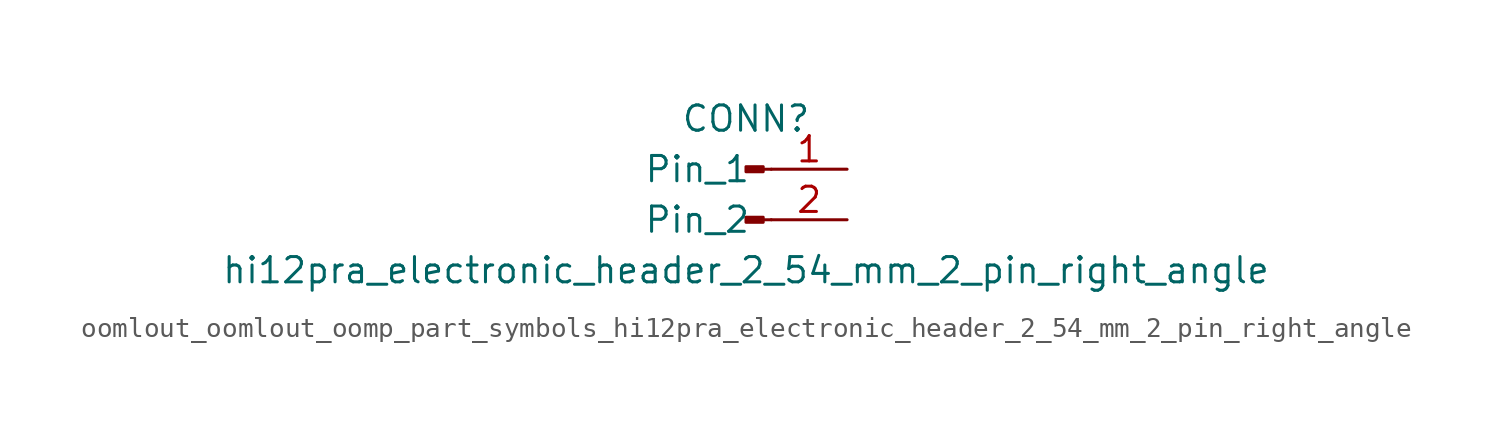
<source format=kicad_sym>
(kicad_symbol_lib
  (version 20220914)
  (generator kicad_symbol_editor)
  (symbol "oomlout_oomlout_oomp_part_symbols_hi12pra_electronic_header_2_54_mm_2_pin_right_angle"
    (pin_names
      (offset 1.016))
    (property "Reference" "CONN"
      (at 0 2.54 0)
      (effects (font (size 1.27 1.27))))
    (property "Value" "hi12pra_electronic_header_2_54_mm_2_pin_right_angle"
      (at 0 -5.08 0)
      (effects (font (size 1.27 1.27))))
    (property "ki_locked" ""
      (at 0 0 0)
      (effects (font (size 1.27 1.27))))
    (symbol "oomlout_oomlout_oomp_part_symbols_hi12pra_electronic_header_2_54_mm_2_pin_right_angle_1_1"
      (polyline (pts (xy 1.27 -2.54) (xy 0.864 -2.54)) (stroke (width 0.152) (type default)) (fill (type none)))
      (polyline (pts (xy 1.27 0) (xy 0.864 0)) (stroke (width 0.152) (type default)) (fill (type none)))
      (rectangle (start 0.864 -2.413) (end 0 -2.667) (stroke (width 0.152) (type default)) (fill (type outline)))
      (rectangle (start 0.864 0.127) (end 0 -0.127) (stroke (width 0.152) (type default)) (fill (type outline)))
      (pin passive line (at 5.08 0 180) (length 3.81) (name "Pin_1" (effects (font (size 1.27 1.27)))) (number "1" (effects (font (size 1.27 1.27)))))
      (pin passive line (at 5.08 -2.54 180) (length 3.81) (name "Pin_2" (effects (font (size 1.27 1.27)))) (number "2" (effects (font (size 1.27 1.27))))))))
</source>
